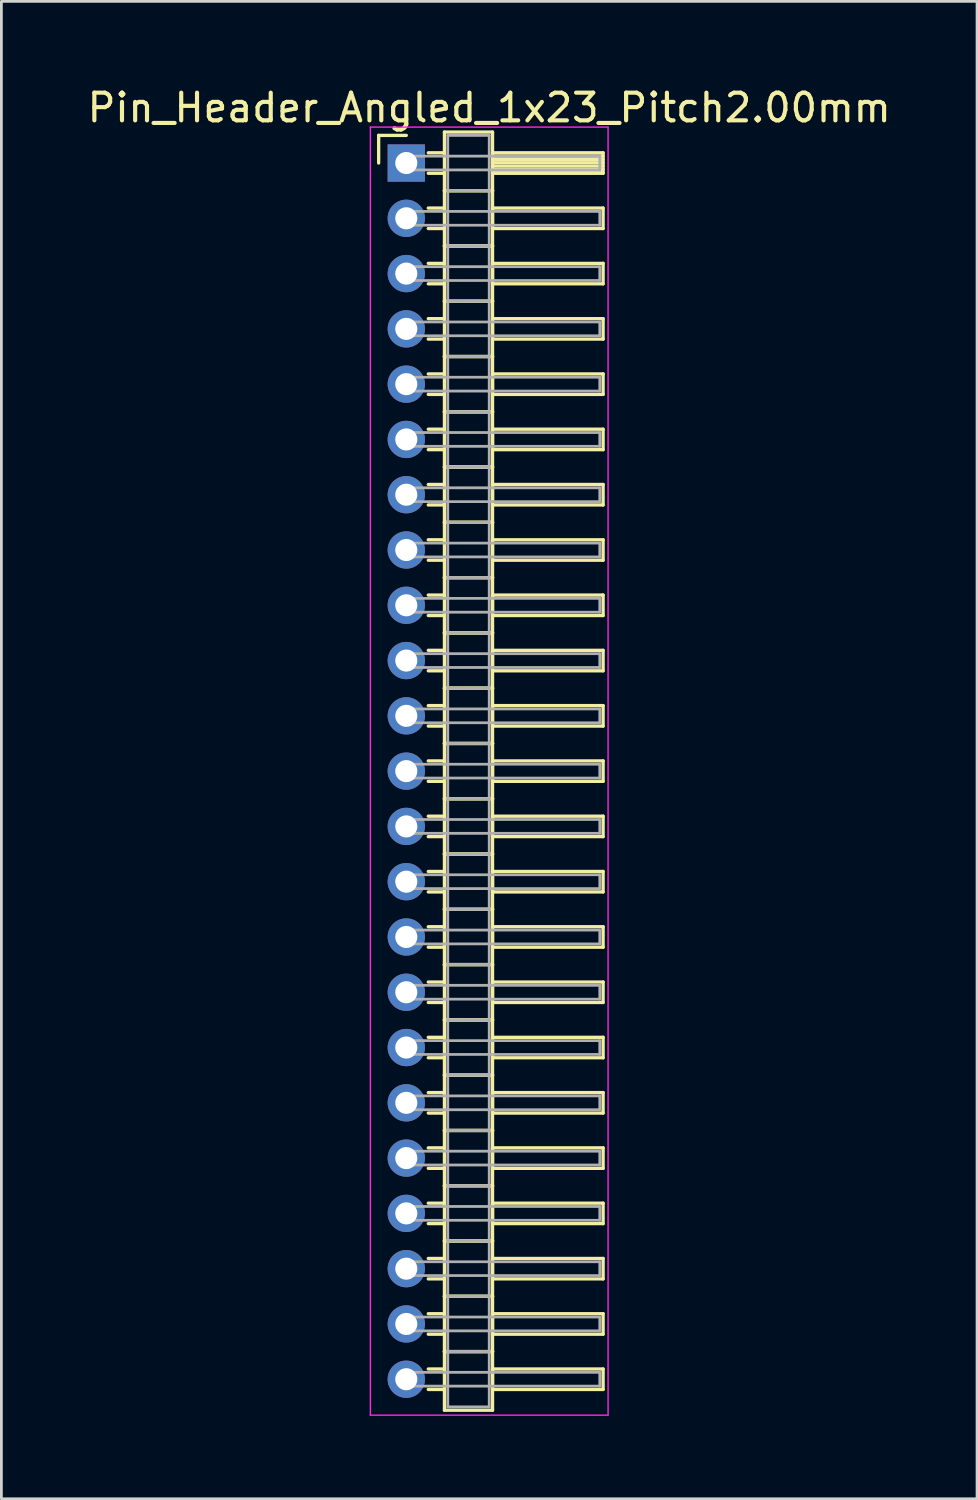
<source format=kicad_pcb>
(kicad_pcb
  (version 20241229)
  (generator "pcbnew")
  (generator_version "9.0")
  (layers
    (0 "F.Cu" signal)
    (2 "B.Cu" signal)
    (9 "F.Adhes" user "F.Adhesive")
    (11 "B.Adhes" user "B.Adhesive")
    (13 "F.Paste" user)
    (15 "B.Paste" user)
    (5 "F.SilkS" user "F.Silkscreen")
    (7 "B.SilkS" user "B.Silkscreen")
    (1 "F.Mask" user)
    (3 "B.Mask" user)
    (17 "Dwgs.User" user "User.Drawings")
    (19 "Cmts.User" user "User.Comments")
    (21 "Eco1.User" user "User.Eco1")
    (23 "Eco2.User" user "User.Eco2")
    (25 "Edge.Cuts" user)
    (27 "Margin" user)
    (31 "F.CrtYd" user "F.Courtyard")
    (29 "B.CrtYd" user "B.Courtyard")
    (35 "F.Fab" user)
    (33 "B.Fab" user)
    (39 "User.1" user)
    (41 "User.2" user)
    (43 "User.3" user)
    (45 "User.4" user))
  (footprint "Pin_Header_Angled_1x23_Pitch2.00mm"
    (layer "F.Cu")
    (at 11.649 2.848)
    (property "Reference" "Pin_Header_Angled_1x23_Pitch2.00mm" (at 3 -2 0) (layer "F.SilkS") (effects (font (size 1 1) (thickness 0.15))))
    (attr through_hole)
    (fp_line (start -1 -1) (end 0 -1) (stroke (width 0.12) (type solid)) (layer "F.SilkS"))
    (fp_line (start -1 0) (end -1 -1) (stroke (width 0.12) (type solid)) (layer "F.SilkS"))
    (fp_line (start 0.795 -0.37) (end 1.38 -0.37) (stroke (width 0.12) (type solid)) (layer "F.SilkS"))
    (fp_line (start 0.795 0.37) (end 1.38 0.37) (stroke (width 0.12) (type solid)) (layer "F.SilkS"))
    (fp_line (start 0.795 1.63) (end 1.38 1.63) (stroke (width 0.12) (type solid)) (layer "F.SilkS"))
    (fp_line (start 0.795 2.37) (end 1.38 2.37) (stroke (width 0.12) (type solid)) (layer "F.SilkS"))
    (fp_line (start 0.795 3.63) (end 1.38 3.63) (stroke (width 0.12) (type solid)) (layer "F.SilkS"))
    (fp_line (start 0.795 4.37) (end 1.38 4.37) (stroke (width 0.12) (type solid)) (layer "F.SilkS"))
    (fp_line (start 0.795 5.63) (end 1.38 5.63) (stroke (width 0.12) (type solid)) (layer "F.SilkS"))
    (fp_line (start 0.795 6.37) (end 1.38 6.37) (stroke (width 0.12) (type solid)) (layer "F.SilkS"))
    (fp_line (start 0.795 7.63) (end 1.38 7.63) (stroke (width 0.12) (type solid)) (layer "F.SilkS"))
    (fp_line (start 0.795 8.37) (end 1.38 8.37) (stroke (width 0.12) (type solid)) (layer "F.SilkS"))
    (fp_line (start 0.795 9.63) (end 1.38 9.63) (stroke (width 0.12) (type solid)) (layer "F.SilkS"))
    (fp_line (start 0.795 10.37) (end 1.38 10.37) (stroke (width 0.12) (type solid)) (layer "F.SilkS"))
    (fp_line (start 0.795 11.63) (end 1.38 11.63) (stroke (width 0.12) (type solid)) (layer "F.SilkS"))
    (fp_line (start 0.795 12.37) (end 1.38 12.37) (stroke (width 0.12) (type solid)) (layer "F.SilkS"))
    (fp_line (start 0.795 13.63) (end 1.38 13.63) (stroke (width 0.12) (type solid)) (layer "F.SilkS"))
    (fp_line (start 0.795 14.37) (end 1.38 14.37) (stroke (width 0.12) (type solid)) (layer "F.SilkS"))
    (fp_line (start 0.795 15.63) (end 1.38 15.63) (stroke (width 0.12) (type solid)) (layer "F.SilkS"))
    (fp_line (start 0.795 16.37) (end 1.38 16.37) (stroke (width 0.12) (type solid)) (layer "F.SilkS"))
    (fp_line (start 0.795 17.63) (end 1.38 17.63) (stroke (width 0.12) (type solid)) (layer "F.SilkS"))
    (fp_line (start 0.795 18.37) (end 1.38 18.37) (stroke (width 0.12) (type solid)) (layer "F.SilkS"))
    (fp_line (start 0.795 19.63) (end 1.38 19.63) (stroke (width 0.12) (type solid)) (layer "F.SilkS"))
    (fp_line (start 0.795 20.37) (end 1.38 20.37) (stroke (width 0.12) (type solid)) (layer "F.SilkS"))
    (fp_line (start 0.795 21.63) (end 1.38 21.63) (stroke (width 0.12) (type solid)) (layer "F.SilkS"))
    (fp_line (start 0.795 22.37) (end 1.38 22.37) (stroke (width 0.12) (type solid)) (layer "F.SilkS"))
    (fp_line (start 0.795 23.63) (end 1.38 23.63) (stroke (width 0.12) (type solid)) (layer "F.SilkS"))
    (fp_line (start 0.795 24.37) (end 1.38 24.37) (stroke (width 0.12) (type solid)) (layer "F.SilkS"))
    (fp_line (start 0.795 25.63) (end 1.38 25.63) (stroke (width 0.12) (type solid)) (layer "F.SilkS"))
    (fp_line (start 0.795 26.37) (end 1.38 26.37) (stroke (width 0.12) (type solid)) (layer "F.SilkS"))
    (fp_line (start 0.795 27.63) (end 1.38 27.63) (stroke (width 0.12) (type solid)) (layer "F.SilkS"))
    (fp_line (start 0.795 28.37) (end 1.38 28.37) (stroke (width 0.12) (type solid)) (layer "F.SilkS"))
    (fp_line (start 0.795 29.63) (end 1.38 29.63) (stroke (width 0.12) (type solid)) (layer "F.SilkS"))
    (fp_line (start 0.795 30.37) (end 1.38 30.37) (stroke (width 0.12) (type solid)) (layer "F.SilkS"))
    (fp_line (start 0.795 31.63) (end 1.38 31.63) (stroke (width 0.12) (type solid)) (layer "F.SilkS"))
    (fp_line (start 0.795 32.37) (end 1.38 32.37) (stroke (width 0.12) (type solid)) (layer "F.SilkS"))
    (fp_line (start 0.795 33.63) (end 1.38 33.63) (stroke (width 0.12) (type solid)) (layer "F.SilkS"))
    (fp_line (start 0.795 34.37) (end 1.38 34.37) (stroke (width 0.12) (type solid)) (layer "F.SilkS"))
    (fp_line (start 0.795 35.63) (end 1.38 35.63) (stroke (width 0.12) (type solid)) (layer "F.SilkS"))
    (fp_line (start 0.795 36.37) (end 1.38 36.37) (stroke (width 0.12) (type solid)) (layer "F.SilkS"))
    (fp_line (start 0.795 37.63) (end 1.38 37.63) (stroke (width 0.12) (type solid)) (layer "F.SilkS"))
    (fp_line (start 0.795 38.37) (end 1.38 38.37) (stroke (width 0.12) (type solid)) (layer "F.SilkS"))
    (fp_line (start 0.795 39.63) (end 1.38 39.63) (stroke (width 0.12) (type solid)) (layer "F.SilkS"))
    (fp_line (start 0.795 40.37) (end 1.38 40.37) (stroke (width 0.12) (type solid)) (layer "F.SilkS"))
    (fp_line (start 0.795 41.63) (end 1.38 41.63) (stroke (width 0.12) (type solid)) (layer "F.SilkS"))
    (fp_line (start 0.795 42.37) (end 1.38 42.37) (stroke (width 0.12) (type solid)) (layer "F.SilkS"))
    (fp_line (start 0.795 43.63) (end 1.38 43.63) (stroke (width 0.12) (type solid)) (layer "F.SilkS"))
    (fp_line (start 0.795 44.37) (end 1.38 44.37) (stroke (width 0.12) (type solid)) (layer "F.SilkS"))
    (fp_line (start 1.38 -1.12) (end 1.38 1) (stroke (width 0.12) (type solid)) (layer "F.SilkS"))
    (fp_line (start 1.38 1) (end 1.38 3) (stroke (width 0.12) (type solid)) (layer "F.SilkS"))
    (fp_line (start 1.38 1) (end 3.12 1) (stroke (width 0.12) (type solid)) (layer "F.SilkS"))
    (fp_line (start 1.38 3) (end 1.38 5) (stroke (width 0.12) (type solid)) (layer "F.SilkS"))
    (fp_line (start 1.38 3) (end 3.12 3) (stroke (width 0.12) (type solid)) (layer "F.SilkS"))
    (fp_line (start 1.38 5) (end 1.38 7) (stroke (width 0.12) (type solid)) (layer "F.SilkS"))
    (fp_line (start 1.38 5) (end 3.12 5) (stroke (width 0.12) (type solid)) (layer "F.SilkS"))
    (fp_line (start 1.38 7) (end 1.38 9) (stroke (width 0.12) (type solid)) (layer "F.SilkS"))
    (fp_line (start 1.38 7) (end 3.12 7) (stroke (width 0.12) (type solid)) (layer "F.SilkS"))
    (fp_line (start 1.38 9) (end 1.38 11) (stroke (width 0.12) (type solid)) (layer "F.SilkS"))
    (fp_line (start 1.38 9) (end 3.12 9) (stroke (width 0.12) (type solid)) (layer "F.SilkS"))
    (fp_line (start 1.38 11) (end 1.38 13) (stroke (width 0.12) (type solid)) (layer "F.SilkS"))
    (fp_line (start 1.38 11) (end 3.12 11) (stroke (width 0.12) (type solid)) (layer "F.SilkS"))
    (fp_line (start 1.38 13) (end 1.38 15) (stroke (width 0.12) (type solid)) (layer "F.SilkS"))
    (fp_line (start 1.38 13) (end 3.12 13) (stroke (width 0.12) (type solid)) (layer "F.SilkS"))
    (fp_line (start 1.38 15) (end 1.38 17) (stroke (width 0.12) (type solid)) (layer "F.SilkS"))
    (fp_line (start 1.38 15) (end 3.12 15) (stroke (width 0.12) (type solid)) (layer "F.SilkS"))
    (fp_line (start 1.38 17) (end 1.38 19) (stroke (width 0.12) (type solid)) (layer "F.SilkS"))
    (fp_line (start 1.38 17) (end 3.12 17) (stroke (width 0.12) (type solid)) (layer "F.SilkS"))
    (fp_line (start 1.38 19) (end 1.38 21) (stroke (width 0.12) (type solid)) (layer "F.SilkS"))
    (fp_line (start 1.38 19) (end 3.12 19) (stroke (width 0.12) (type solid)) (layer "F.SilkS"))
    (fp_line (start 1.38 21) (end 1.38 23) (stroke (width 0.12) (type solid)) (layer "F.SilkS"))
    (fp_line (start 1.38 21) (end 3.12 21) (stroke (width 0.12) (type solid)) (layer "F.SilkS"))
    (fp_line (start 1.38 23) (end 1.38 25) (stroke (width 0.12) (type solid)) (layer "F.SilkS"))
    (fp_line (start 1.38 23) (end 3.12 23) (stroke (width 0.12) (type solid)) (layer "F.SilkS"))
    (fp_line (start 1.38 25) (end 1.38 27) (stroke (width 0.12) (type solid)) (layer "F.SilkS"))
    (fp_line (start 1.38 25) (end 3.12 25) (stroke (width 0.12) (type solid)) (layer "F.SilkS"))
    (fp_line (start 1.38 27) (end 1.38 29) (stroke (width 0.12) (type solid)) (layer "F.SilkS"))
    (fp_line (start 1.38 27) (end 3.12 27) (stroke (width 0.12) (type solid)) (layer "F.SilkS"))
    (fp_line (start 1.38 29) (end 1.38 31) (stroke (width 0.12) (type solid)) (layer "F.SilkS"))
    (fp_line (start 1.38 29) (end 3.12 29) (stroke (width 0.12) (type solid)) (layer "F.SilkS"))
    (fp_line (start 1.38 31) (end 1.38 33) (stroke (width 0.12) (type solid)) (layer "F.SilkS"))
    (fp_line (start 1.38 31) (end 3.12 31) (stroke (width 0.12) (type solid)) (layer "F.SilkS"))
    (fp_line (start 1.38 33) (end 1.38 35) (stroke (width 0.12) (type solid)) (layer "F.SilkS"))
    (fp_line (start 1.38 33) (end 3.12 33) (stroke (width 0.12) (type solid)) (layer "F.SilkS"))
    (fp_line (start 1.38 35) (end 1.38 37) (stroke (width 0.12) (type solid)) (layer "F.SilkS"))
    (fp_line (start 1.38 35) (end 3.12 35) (stroke (width 0.12) (type solid)) (layer "F.SilkS"))
    (fp_line (start 1.38 37) (end 1.38 39) (stroke (width 0.12) (type solid)) (layer "F.SilkS"))
    (fp_line (start 1.38 37) (end 3.12 37) (stroke (width 0.12) (type solid)) (layer "F.SilkS"))
    (fp_line (start 1.38 39) (end 1.38 41) (stroke (width 0.12) (type solid)) (layer "F.SilkS"))
    (fp_line (start 1.38 39) (end 3.12 39) (stroke (width 0.12) (type solid)) (layer "F.SilkS"))
    (fp_line (start 1.38 41) (end 1.38 43) (stroke (width 0.12) (type solid)) (layer "F.SilkS"))
    (fp_line (start 1.38 41) (end 3.12 41) (stroke (width 0.12) (type solid)) (layer "F.SilkS"))
    (fp_line (start 1.38 43) (end 1.38 45.12) (stroke (width 0.12) (type solid)) (layer "F.SilkS"))
    (fp_line (start 1.38 43) (end 3.12 43) (stroke (width 0.12) (type solid)) (layer "F.SilkS"))
    (fp_line (start 1.38 45.12) (end 3.12 45.12) (stroke (width 0.12) (type solid)) (layer "F.SilkS"))
    (fp_line (start 3.12 -1.12) (end 1.38 -1.12) (stroke (width 0.12) (type solid)) (layer "F.SilkS"))
    (fp_line (start 3.12 -0.37) (end 3.12 0.37) (stroke (width 0.12) (type solid)) (layer "F.SilkS"))
    (fp_line (start 3.12 -0.25) (end 7.12 -0.25) (stroke (width 0.12) (type solid)) (layer "F.SilkS"))
    (fp_line (start 3.12 -0.13) (end 7.12 -0.13) (stroke (width 0.12) (type solid)) (layer "F.SilkS"))
    (fp_line (start 3.12 -0.01) (end 7.12 -0.01) (stroke (width 0.12) (type solid)) (layer "F.SilkS"))
    (fp_line (start 3.12 0.11) (end 7.12 0.11) (stroke (width 0.12) (type solid)) (layer "F.SilkS"))
    (fp_line (start 3.12 0.23) (end 7.12 0.23) (stroke (width 0.12) (type solid)) (layer "F.SilkS"))
    (fp_line (start 3.12 0.35) (end 7.12 0.35) (stroke (width 0.12) (type solid)) (layer "F.SilkS"))
    (fp_line (start 3.12 0.37) (end 7.12 0.37) (stroke (width 0.12) (type solid)) (layer "F.SilkS"))
    (fp_line (start 3.12 1) (end 1.38 1) (stroke (width 0.12) (type solid)) (layer "F.SilkS"))
    (fp_line (start 3.12 1) (end 3.12 -1.12) (stroke (width 0.12) (type solid)) (layer "F.SilkS"))
    (fp_line (start 3.12 1.63) (end 3.12 2.37) (stroke (width 0.12) (type solid)) (layer "F.SilkS"))
    (fp_line (start 3.12 2.37) (end 7.12 2.37) (stroke (width 0.12) (type solid)) (layer "F.SilkS"))
    (fp_line (start 3.12 3) (end 1.38 3) (stroke (width 0.12) (type solid)) (layer "F.SilkS"))
    (fp_line (start 3.12 3) (end 3.12 1) (stroke (width 0.12) (type solid)) (layer "F.SilkS"))
    (fp_line (start 3.12 3.63) (end 3.12 4.37) (stroke (width 0.12) (type solid)) (layer "F.SilkS"))
    (fp_line (start 3.12 4.37) (end 7.12 4.37) (stroke (width 0.12) (type solid)) (layer "F.SilkS"))
    (fp_line (start 3.12 5) (end 1.38 5) (stroke (width 0.12) (type solid)) (layer "F.SilkS"))
    (fp_line (start 3.12 5) (end 3.12 3) (stroke (width 0.12) (type solid)) (layer "F.SilkS"))
    (fp_line (start 3.12 5.63) (end 3.12 6.37) (stroke (width 0.12) (type solid)) (layer "F.SilkS"))
    (fp_line (start 3.12 6.37) (end 7.12 6.37) (stroke (width 0.12) (type solid)) (layer "F.SilkS"))
    (fp_line (start 3.12 7) (end 1.38 7) (stroke (width 0.12) (type solid)) (layer "F.SilkS"))
    (fp_line (start 3.12 7) (end 3.12 5) (stroke (width 0.12) (type solid)) (layer "F.SilkS"))
    (fp_line (start 3.12 7.63) (end 3.12 8.37) (stroke (width 0.12) (type solid)) (layer "F.SilkS"))
    (fp_line (start 3.12 8.37) (end 7.12 8.37) (stroke (width 0.12) (type solid)) (layer "F.SilkS"))
    (fp_line (start 3.12 9) (end 1.38 9) (stroke (width 0.12) (type solid)) (layer "F.SilkS"))
    (fp_line (start 3.12 9) (end 3.12 7) (stroke (width 0.12) (type solid)) (layer "F.SilkS"))
    (fp_line (start 3.12 9.63) (end 3.12 10.37) (stroke (width 0.12) (type solid)) (layer "F.SilkS"))
    (fp_line (start 3.12 10.37) (end 7.12 10.37) (stroke (width 0.12) (type solid)) (layer "F.SilkS"))
    (fp_line (start 3.12 11) (end 1.38 11) (stroke (width 0.12) (type solid)) (layer "F.SilkS"))
    (fp_line (start 3.12 11) (end 3.12 9) (stroke (width 0.12) (type solid)) (layer "F.SilkS"))
    (fp_line (start 3.12 11.63) (end 3.12 12.37) (stroke (width 0.12) (type solid)) (layer "F.SilkS"))
    (fp_line (start 3.12 12.37) (end 7.12 12.37) (stroke (width 0.12) (type solid)) (layer "F.SilkS"))
    (fp_line (start 3.12 13) (end 1.38 13) (stroke (width 0.12) (type solid)) (layer "F.SilkS"))
    (fp_line (start 3.12 13) (end 3.12 11) (stroke (width 0.12) (type solid)) (layer "F.SilkS"))
    (fp_line (start 3.12 13.63) (end 3.12 14.37) (stroke (width 0.12) (type solid)) (layer "F.SilkS"))
    (fp_line (start 3.12 14.37) (end 7.12 14.37) (stroke (width 0.12) (type solid)) (layer "F.SilkS"))
    (fp_line (start 3.12 15) (end 1.38 15) (stroke (width 0.12) (type solid)) (layer "F.SilkS"))
    (fp_line (start 3.12 15) (end 3.12 13) (stroke (width 0.12) (type solid)) (layer "F.SilkS"))
    (fp_line (start 3.12 15.63) (end 3.12 16.37) (stroke (width 0.12) (type solid)) (layer "F.SilkS"))
    (fp_line (start 3.12 16.37) (end 7.12 16.37) (stroke (width 0.12) (type solid)) (layer "F.SilkS"))
    (fp_line (start 3.12 17) (end 1.38 17) (stroke (width 0.12) (type solid)) (layer "F.SilkS"))
    (fp_line (start 3.12 17) (end 3.12 15) (stroke (width 0.12) (type solid)) (layer "F.SilkS"))
    (fp_line (start 3.12 17.63) (end 3.12 18.37) (stroke (width 0.12) (type solid)) (layer "F.SilkS"))
    (fp_line (start 3.12 18.37) (end 7.12 18.37) (stroke (width 0.12) (type solid)) (layer "F.SilkS"))
    (fp_line (start 3.12 19) (end 1.38 19) (stroke (width 0.12) (type solid)) (layer "F.SilkS"))
    (fp_line (start 3.12 19) (end 3.12 17) (stroke (width 0.12) (type solid)) (layer "F.SilkS"))
    (fp_line (start 3.12 19.63) (end 3.12 20.37) (stroke (width 0.12) (type solid)) (layer "F.SilkS"))
    (fp_line (start 3.12 20.37) (end 7.12 20.37) (stroke (width 0.12) (type solid)) (layer "F.SilkS"))
    (fp_line (start 3.12 21) (end 1.38 21) (stroke (width 0.12) (type solid)) (layer "F.SilkS"))
    (fp_line (start 3.12 21) (end 3.12 19) (stroke (width 0.12) (type solid)) (layer "F.SilkS"))
    (fp_line (start 3.12 21.63) (end 3.12 22.37) (stroke (width 0.12) (type solid)) (layer "F.SilkS"))
    (fp_line (start 3.12 22.37) (end 7.12 22.37) (stroke (width 0.12) (type solid)) (layer "F.SilkS"))
    (fp_line (start 3.12 23) (end 1.38 23) (stroke (width 0.12) (type solid)) (layer "F.SilkS"))
    (fp_line (start 3.12 23) (end 3.12 21) (stroke (width 0.12) (type solid)) (layer "F.SilkS"))
    (fp_line (start 3.12 23.63) (end 3.12 24.37) (stroke (width 0.12) (type solid)) (layer "F.SilkS"))
    (fp_line (start 3.12 24.37) (end 7.12 24.37) (stroke (width 0.12) (type solid)) (layer "F.SilkS"))
    (fp_line (start 3.12 25) (end 1.38 25) (stroke (width 0.12) (type solid)) (layer "F.SilkS"))
    (fp_line (start 3.12 25) (end 3.12 23) (stroke (width 0.12) (type solid)) (layer "F.SilkS"))
    (fp_line (start 3.12 25.63) (end 3.12 26.37) (stroke (width 0.12) (type solid)) (layer "F.SilkS"))
    (fp_line (start 3.12 26.37) (end 7.12 26.37) (stroke (width 0.12) (type solid)) (layer "F.SilkS"))
    (fp_line (start 3.12 27) (end 1.38 27) (stroke (width 0.12) (type solid)) (layer "F.SilkS"))
    (fp_line (start 3.12 27) (end 3.12 25) (stroke (width 0.12) (type solid)) (layer "F.SilkS"))
    (fp_line (start 3.12 27.63) (end 3.12 28.37) (stroke (width 0.12) (type solid)) (layer "F.SilkS"))
    (fp_line (start 3.12 28.37) (end 7.12 28.37) (stroke (width 0.12) (type solid)) (layer "F.SilkS"))
    (fp_line (start 3.12 29) (end 1.38 29) (stroke (width 0.12) (type solid)) (layer "F.SilkS"))
    (fp_line (start 3.12 29) (end 3.12 27) (stroke (width 0.12) (type solid)) (layer "F.SilkS"))
    (fp_line (start 3.12 29.63) (end 3.12 30.37) (stroke (width 0.12) (type solid)) (layer "F.SilkS"))
    (fp_line (start 3.12 30.37) (end 7.12 30.37) (stroke (width 0.12) (type solid)) (layer "F.SilkS"))
    (fp_line (start 3.12 31) (end 1.38 31) (stroke (width 0.12) (type solid)) (layer "F.SilkS"))
    (fp_line (start 3.12 31) (end 3.12 29) (stroke (width 0.12) (type solid)) (layer "F.SilkS"))
    (fp_line (start 3.12 31.63) (end 3.12 32.37) (stroke (width 0.12) (type solid)) (layer "F.SilkS"))
    (fp_line (start 3.12 32.37) (end 7.12 32.37) (stroke (width 0.12) (type solid)) (layer "F.SilkS"))
    (fp_line (start 3.12 33) (end 1.38 33) (stroke (width 0.12) (type solid)) (layer "F.SilkS"))
    (fp_line (start 3.12 33) (end 3.12 31) (stroke (width 0.12) (type solid)) (layer "F.SilkS"))
    (fp_line (start 3.12 33.63) (end 3.12 34.37) (stroke (width 0.12) (type solid)) (layer "F.SilkS"))
    (fp_line (start 3.12 34.37) (end 7.12 34.37) (stroke (width 0.12) (type solid)) (layer "F.SilkS"))
    (fp_line (start 3.12 35) (end 1.38 35) (stroke (width 0.12) (type solid)) (layer "F.SilkS"))
    (fp_line (start 3.12 35) (end 3.12 33) (stroke (width 0.12) (type solid)) (layer "F.SilkS"))
    (fp_line (start 3.12 35.63) (end 3.12 36.37) (stroke (width 0.12) (type solid)) (layer "F.SilkS"))
    (fp_line (start 3.12 36.37) (end 7.12 36.37) (stroke (width 0.12) (type solid)) (layer "F.SilkS"))
    (fp_line (start 3.12 37) (end 1.38 37) (stroke (width 0.12) (type solid)) (layer "F.SilkS"))
    (fp_line (start 3.12 37) (end 3.12 35) (stroke (width 0.12) (type solid)) (layer "F.SilkS"))
    (fp_line (start 3.12 37.63) (end 3.12 38.37) (stroke (width 0.12) (type solid)) (layer "F.SilkS"))
    (fp_line (start 3.12 38.37) (end 7.12 38.37) (stroke (width 0.12) (type solid)) (layer "F.SilkS"))
    (fp_line (start 3.12 39) (end 1.38 39) (stroke (width 0.12) (type solid)) (layer "F.SilkS"))
    (fp_line (start 3.12 39) (end 3.12 37) (stroke (width 0.12) (type solid)) (layer "F.SilkS"))
    (fp_line (start 3.12 39.63) (end 3.12 40.37) (stroke (width 0.12) (type solid)) (layer "F.SilkS"))
    (fp_line (start 3.12 40.37) (end 7.12 40.37) (stroke (width 0.12) (type solid)) (layer "F.SilkS"))
    (fp_line (start 3.12 41) (end 1.38 41) (stroke (width 0.12) (type solid)) (layer "F.SilkS"))
    (fp_line (start 3.12 41) (end 3.12 39) (stroke (width 0.12) (type solid)) (layer "F.SilkS"))
    (fp_line (start 3.12 41.63) (end 3.12 42.37) (stroke (width 0.12) (type solid)) (layer "F.SilkS"))
    (fp_line (start 3.12 42.37) (end 7.12 42.37) (stroke (width 0.12) (type solid)) (layer "F.SilkS"))
    (fp_line (start 3.12 43) (end 1.38 43) (stroke (width 0.12) (type solid)) (layer "F.SilkS"))
    (fp_line (start 3.12 43) (end 3.12 41) (stroke (width 0.12) (type solid)) (layer "F.SilkS"))
    (fp_line (start 3.12 43.63) (end 3.12 44.37) (stroke (width 0.12) (type solid)) (layer "F.SilkS"))
    (fp_line (start 3.12 44.37) (end 7.12 44.37) (stroke (width 0.12) (type solid)) (layer "F.SilkS"))
    (fp_line (start 3.12 45.12) (end 3.12 43) (stroke (width 0.12) (type solid)) (layer "F.SilkS"))
    (fp_line (start 7.12 -0.37) (end 3.12 -0.37) (stroke (width 0.12) (type solid)) (layer "F.SilkS"))
    (fp_line (start 7.12 0.37) (end 7.12 -0.37) (stroke (width 0.12) (type solid)) (layer "F.SilkS"))
    (fp_line (start 7.12 1.63) (end 3.12 1.63) (stroke (width 0.12) (type solid)) (layer "F.SilkS"))
    (fp_line (start 7.12 2.37) (end 7.12 1.63) (stroke (width 0.12) (type solid)) (layer "F.SilkS"))
    (fp_line (start 7.12 3.63) (end 3.12 3.63) (stroke (width 0.12) (type solid)) (layer "F.SilkS"))
    (fp_line (start 7.12 4.37) (end 7.12 3.63) (stroke (width 0.12) (type solid)) (layer "F.SilkS"))
    (fp_line (start 7.12 5.63) (end 3.12 5.63) (stroke (width 0.12) (type solid)) (layer "F.SilkS"))
    (fp_line (start 7.12 6.37) (end 7.12 5.63) (stroke (width 0.12) (type solid)) (layer "F.SilkS"))
    (fp_line (start 7.12 7.63) (end 3.12 7.63) (stroke (width 0.12) (type solid)) (layer "F.SilkS"))
    (fp_line (start 7.12 8.37) (end 7.12 7.63) (stroke (width 0.12) (type solid)) (layer "F.SilkS"))
    (fp_line (start 7.12 9.63) (end 3.12 9.63) (stroke (width 0.12) (type solid)) (layer "F.SilkS"))
    (fp_line (start 7.12 10.37) (end 7.12 9.63) (stroke (width 0.12) (type solid)) (layer "F.SilkS"))
    (fp_line (start 7.12 11.63) (end 3.12 11.63) (stroke (width 0.12) (type solid)) (layer "F.SilkS"))
    (fp_line (start 7.12 12.37) (end 7.12 11.63) (stroke (width 0.12) (type solid)) (layer "F.SilkS"))
    (fp_line (start 7.12 13.63) (end 3.12 13.63) (stroke (width 0.12) (type solid)) (layer "F.SilkS"))
    (fp_line (start 7.12 14.37) (end 7.12 13.63) (stroke (width 0.12) (type solid)) (layer "F.SilkS"))
    (fp_line (start 7.12 15.63) (end 3.12 15.63) (stroke (width 0.12) (type solid)) (layer "F.SilkS"))
    (fp_line (start 7.12 16.37) (end 7.12 15.63) (stroke (width 0.12) (type solid)) (layer "F.SilkS"))
    (fp_line (start 7.12 17.63) (end 3.12 17.63) (stroke (width 0.12) (type solid)) (layer "F.SilkS"))
    (fp_line (start 7.12 18.37) (end 7.12 17.63) (stroke (width 0.12) (type solid)) (layer "F.SilkS"))
    (fp_line (start 7.12 19.63) (end 3.12 19.63) (stroke (width 0.12) (type solid)) (layer "F.SilkS"))
    (fp_line (start 7.12 20.37) (end 7.12 19.63) (stroke (width 0.12) (type solid)) (layer "F.SilkS"))
    (fp_line (start 7.12 21.63) (end 3.12 21.63) (stroke (width 0.12) (type solid)) (layer "F.SilkS"))
    (fp_line (start 7.12 22.37) (end 7.12 21.63) (stroke (width 0.12) (type solid)) (layer "F.SilkS"))
    (fp_line (start 7.12 23.63) (end 3.12 23.63) (stroke (width 0.12) (type solid)) (layer "F.SilkS"))
    (fp_line (start 7.12 24.37) (end 7.12 23.63) (stroke (width 0.12) (type solid)) (layer "F.SilkS"))
    (fp_line (start 7.12 25.63) (end 3.12 25.63) (stroke (width 0.12) (type solid)) (layer "F.SilkS"))
    (fp_line (start 7.12 26.37) (end 7.12 25.63) (stroke (width 0.12) (type solid)) (layer "F.SilkS"))
    (fp_line (start 7.12 27.63) (end 3.12 27.63) (stroke (width 0.12) (type solid)) (layer "F.SilkS"))
    (fp_line (start 7.12 28.37) (end 7.12 27.63) (stroke (width 0.12) (type solid)) (layer "F.SilkS"))
    (fp_line (start 7.12 29.63) (end 3.12 29.63) (stroke (width 0.12) (type solid)) (layer "F.SilkS"))
    (fp_line (start 7.12 30.37) (end 7.12 29.63) (stroke (width 0.12) (type solid)) (layer "F.SilkS"))
    (fp_line (start 7.12 31.63) (end 3.12 31.63) (stroke (width 0.12) (type solid)) (layer "F.SilkS"))
    (fp_line (start 7.12 32.37) (end 7.12 31.63) (stroke (width 0.12) (type solid)) (layer "F.SilkS"))
    (fp_line (start 7.12 33.63) (end 3.12 33.63) (stroke (width 0.12) (type solid)) (layer "F.SilkS"))
    (fp_line (start 7.12 34.37) (end 7.12 33.63) (stroke (width 0.12) (type solid)) (layer "F.SilkS"))
    (fp_line (start 7.12 35.63) (end 3.12 35.63) (stroke (width 0.12) (type solid)) (layer "F.SilkS"))
    (fp_line (start 7.12 36.37) (end 7.12 35.63) (stroke (width 0.12) (type solid)) (layer "F.SilkS"))
    (fp_line (start 7.12 37.63) (end 3.12 37.63) (stroke (width 0.12) (type solid)) (layer "F.SilkS"))
    (fp_line (start 7.12 38.37) (end 7.12 37.63) (stroke (width 0.12) (type solid)) (layer "F.SilkS"))
    (fp_line (start 7.12 39.63) (end 3.12 39.63) (stroke (width 0.12) (type solid)) (layer "F.SilkS"))
    (fp_line (start 7.12 40.37) (end 7.12 39.63) (stroke (width 0.12) (type solid)) (layer "F.SilkS"))
    (fp_line (start 7.12 41.63) (end 3.12 41.63) (stroke (width 0.12) (type solid)) (layer "F.SilkS"))
    (fp_line (start 7.12 42.37) (end 7.12 41.63) (stroke (width 0.12) (type solid)) (layer "F.SilkS"))
    (fp_line (start 7.12 43.63) (end 3.12 43.63) (stroke (width 0.12) (type solid)) (layer "F.SilkS"))
    (fp_line (start 7.12 44.37) (end 7.12 43.63) (stroke (width 0.12) (type solid)) (layer "F.SilkS"))
    (fp_line (start -1.3 -1.3) (end -1.3 45.3) (stroke (width 0.05) (type solid)) (layer "F.CrtYd"))
    (fp_line (start -1.3 45.3) (end 7.3 45.3) (stroke (width 0.05) (type solid)) (layer "F.CrtYd"))
    (fp_line (start 7.3 -1.3) (end -1.3 -1.3) (stroke (width 0.05) (type solid)) (layer "F.CrtYd"))
    (fp_line (start 7.3 45.3) (end 7.3 -1.3) (stroke (width 0.05) (type solid)) (layer "F.CrtYd"))
    (fp_line (start 0 -0.25) (end 0 0.25) (stroke (width 0.1) (type solid)) (layer "F.Fab"))
    (fp_line (start 0 0.25) (end 7 0.25) (stroke (width 0.1) (type solid)) (layer "F.Fab"))
    (fp_line (start 0 1.75) (end 0 2.25) (stroke (width 0.1) (type solid)) (layer "F.Fab"))
    (fp_line (start 0 2.25) (end 7 2.25) (stroke (width 0.1) (type solid)) (layer "F.Fab"))
    (fp_line (start 0 3.75) (end 0 4.25) (stroke (width 0.1) (type solid)) (layer "F.Fab"))
    (fp_line (start 0 4.25) (end 7 4.25) (stroke (width 0.1) (type solid)) (layer "F.Fab"))
    (fp_line (start 0 5.75) (end 0 6.25) (stroke (width 0.1) (type solid)) (layer "F.Fab"))
    (fp_line (start 0 6.25) (end 7 6.25) (stroke (width 0.1) (type solid)) (layer "F.Fab"))
    (fp_line (start 0 7.75) (end 0 8.25) (stroke (width 0.1) (type solid)) (layer "F.Fab"))
    (fp_line (start 0 8.25) (end 7 8.25) (stroke (width 0.1) (type solid)) (layer "F.Fab"))
    (fp_line (start 0 9.75) (end 0 10.25) (stroke (width 0.1) (type solid)) (layer "F.Fab"))
    (fp_line (start 0 10.25) (end 7 10.25) (stroke (width 0.1) (type solid)) (layer "F.Fab"))
    (fp_line (start 0 11.75) (end 0 12.25) (stroke (width 0.1) (type solid)) (layer "F.Fab"))
    (fp_line (start 0 12.25) (end 7 12.25) (stroke (width 0.1) (type solid)) (layer "F.Fab"))
    (fp_line (start 0 13.75) (end 0 14.25) (stroke (width 0.1) (type solid)) (layer "F.Fab"))
    (fp_line (start 0 14.25) (end 7 14.25) (stroke (width 0.1) (type solid)) (layer "F.Fab"))
    (fp_line (start 0 15.75) (end 0 16.25) (stroke (width 0.1) (type solid)) (layer "F.Fab"))
    (fp_line (start 0 16.25) (end 7 16.25) (stroke (width 0.1) (type solid)) (layer "F.Fab"))
    (fp_line (start 0 17.75) (end 0 18.25) (stroke (width 0.1) (type solid)) (layer "F.Fab"))
    (fp_line (start 0 18.25) (end 7 18.25) (stroke (width 0.1) (type solid)) (layer "F.Fab"))
    (fp_line (start 0 19.75) (end 0 20.25) (stroke (width 0.1) (type solid)) (layer "F.Fab"))
    (fp_line (start 0 20.25) (end 7 20.25) (stroke (width 0.1) (type solid)) (layer "F.Fab"))
    (fp_line (start 0 21.75) (end 0 22.25) (stroke (width 0.1) (type solid)) (layer "F.Fab"))
    (fp_line (start 0 22.25) (end 7 22.25) (stroke (width 0.1) (type solid)) (layer "F.Fab"))
    (fp_line (start 0 23.75) (end 0 24.25) (stroke (width 0.1) (type solid)) (layer "F.Fab"))
    (fp_line (start 0 24.25) (end 7 24.25) (stroke (width 0.1) (type solid)) (layer "F.Fab"))
    (fp_line (start 0 25.75) (end 0 26.25) (stroke (width 0.1) (type solid)) (layer "F.Fab"))
    (fp_line (start 0 26.25) (end 7 26.25) (stroke (width 0.1) (type solid)) (layer "F.Fab"))
    (fp_line (start 0 27.75) (end 0 28.25) (stroke (width 0.1) (type solid)) (layer "F.Fab"))
    (fp_line (start 0 28.25) (end 7 28.25) (stroke (width 0.1) (type solid)) (layer "F.Fab"))
    (fp_line (start 0 29.75) (end 0 30.25) (stroke (width 0.1) (type solid)) (layer "F.Fab"))
    (fp_line (start 0 30.25) (end 7 30.25) (stroke (width 0.1) (type solid)) (layer "F.Fab"))
    (fp_line (start 0 31.75) (end 0 32.25) (stroke (width 0.1) (type solid)) (layer "F.Fab"))
    (fp_line (start 0 32.25) (end 7 32.25) (stroke (width 0.1) (type solid)) (layer "F.Fab"))
    (fp_line (start 0 33.75) (end 0 34.25) (stroke (width 0.1) (type solid)) (layer "F.Fab"))
    (fp_line (start 0 34.25) (end 7 34.25) (stroke (width 0.1) (type solid)) (layer "F.Fab"))
    (fp_line (start 0 35.75) (end 0 36.25) (stroke (width 0.1) (type solid)) (layer "F.Fab"))
    (fp_line (start 0 36.25) (end 7 36.25) (stroke (width 0.1) (type solid)) (layer "F.Fab"))
    (fp_line (start 0 37.75) (end 0 38.25) (stroke (width 0.1) (type solid)) (layer "F.Fab"))
    (fp_line (start 0 38.25) (end 7 38.25) (stroke (width 0.1) (type solid)) (layer "F.Fab"))
    (fp_line (start 0 39.75) (end 0 40.25) (stroke (width 0.1) (type solid)) (layer "F.Fab"))
    (fp_line (start 0 40.25) (end 7 40.25) (stroke (width 0.1) (type solid)) (layer "F.Fab"))
    (fp_line (start 0 41.75) (end 0 42.25) (stroke (width 0.1) (type solid)) (layer "F.Fab"))
    (fp_line (start 0 42.25) (end 7 42.25) (stroke (width 0.1) (type solid)) (layer "F.Fab"))
    (fp_line (start 0 43.75) (end 0 44.25) (stroke (width 0.1) (type solid)) (layer "F.Fab"))
    (fp_line (start 0 44.25) (end 7 44.25) (stroke (width 0.1) (type solid)) (layer "F.Fab"))
    (fp_line (start 1.5 -1) (end 1.5 1) (stroke (width 0.1) (type solid)) (layer "F.Fab"))
    (fp_line (start 1.5 1) (end 1.5 3) (stroke (width 0.1) (type solid)) (layer "F.Fab"))
    (fp_line (start 1.5 1) (end 3 1) (stroke (width 0.1) (type solid)) (layer "F.Fab"))
    (fp_line (start 1.5 3) (end 1.5 5) (stroke (width 0.1) (type solid)) (layer "F.Fab"))
    (fp_line (start 1.5 3) (end 3 3) (stroke (width 0.1) (type solid)) (layer "F.Fab"))
    (fp_line (start 1.5 5) (end 1.5 7) (stroke (width 0.1) (type solid)) (layer "F.Fab"))
    (fp_line (start 1.5 5) (end 3 5) (stroke (width 0.1) (type solid)) (layer "F.Fab"))
    (fp_line (start 1.5 7) (end 1.5 9) (stroke (width 0.1) (type solid)) (layer "F.Fab"))
    (fp_line (start 1.5 7) (end 3 7) (stroke (width 0.1) (type solid)) (layer "F.Fab"))
    (fp_line (start 1.5 9) (end 1.5 11) (stroke (width 0.1) (type solid)) (layer "F.Fab"))
    (fp_line (start 1.5 9) (end 3 9) (stroke (width 0.1) (type solid)) (layer "F.Fab"))
    (fp_line (start 1.5 11) (end 1.5 13) (stroke (width 0.1) (type solid)) (layer "F.Fab"))
    (fp_line (start 1.5 11) (end 3 11) (stroke (width 0.1) (type solid)) (layer "F.Fab"))
    (fp_line (start 1.5 13) (end 1.5 15) (stroke (width 0.1) (type solid)) (layer "F.Fab"))
    (fp_line (start 1.5 13) (end 3 13) (stroke (width 0.1) (type solid)) (layer "F.Fab"))
    (fp_line (start 1.5 15) (end 1.5 17) (stroke (width 0.1) (type solid)) (layer "F.Fab"))
    (fp_line (start 1.5 15) (end 3 15) (stroke (width 0.1) (type solid)) (layer "F.Fab"))
    (fp_line (start 1.5 17) (end 1.5 19) (stroke (width 0.1) (type solid)) (layer "F.Fab"))
    (fp_line (start 1.5 17) (end 3 17) (stroke (width 0.1) (type solid)) (layer "F.Fab"))
    (fp_line (start 1.5 19) (end 1.5 21) (stroke (width 0.1) (type solid)) (layer "F.Fab"))
    (fp_line (start 1.5 19) (end 3 19) (stroke (width 0.1) (type solid)) (layer "F.Fab"))
    (fp_line (start 1.5 21) (end 1.5 23) (stroke (width 0.1) (type solid)) (layer "F.Fab"))
    (fp_line (start 1.5 21) (end 3 21) (stroke (width 0.1) (type solid)) (layer "F.Fab"))
    (fp_line (start 1.5 23) (end 1.5 25) (stroke (width 0.1) (type solid)) (layer "F.Fab"))
    (fp_line (start 1.5 23) (end 3 23) (stroke (width 0.1) (type solid)) (layer "F.Fab"))
    (fp_line (start 1.5 25) (end 1.5 27) (stroke (width 0.1) (type solid)) (layer "F.Fab"))
    (fp_line (start 1.5 25) (end 3 25) (stroke (width 0.1) (type solid)) (layer "F.Fab"))
    (fp_line (start 1.5 27) (end 1.5 29) (stroke (width 0.1) (type solid)) (layer "F.Fab"))
    (fp_line (start 1.5 27) (end 3 27) (stroke (width 0.1) (type solid)) (layer "F.Fab"))
    (fp_line (start 1.5 29) (end 1.5 31) (stroke (width 0.1) (type solid)) (layer "F.Fab"))
    (fp_line (start 1.5 29) (end 3 29) (stroke (width 0.1) (type solid)) (layer "F.Fab"))
    (fp_line (start 1.5 31) (end 1.5 33) (stroke (width 0.1) (type solid)) (layer "F.Fab"))
    (fp_line (start 1.5 31) (end 3 31) (stroke (width 0.1) (type solid)) (layer "F.Fab"))
    (fp_line (start 1.5 33) (end 1.5 35) (stroke (width 0.1) (type solid)) (layer "F.Fab"))
    (fp_line (start 1.5 33) (end 3 33) (stroke (width 0.1) (type solid)) (layer "F.Fab"))
    (fp_line (start 1.5 35) (end 1.5 37) (stroke (width 0.1) (type solid)) (layer "F.Fab"))
    (fp_line (start 1.5 35) (end 3 35) (stroke (width 0.1) (type solid)) (layer "F.Fab"))
    (fp_line (start 1.5 37) (end 1.5 39) (stroke (width 0.1) (type solid)) (layer "F.Fab"))
    (fp_line (start 1.5 37) (end 3 37) (stroke (width 0.1) (type solid)) (layer "F.Fab"))
    (fp_line (start 1.5 39) (end 1.5 41) (stroke (width 0.1) (type solid)) (layer "F.Fab"))
    (fp_line (start 1.5 39) (end 3 39) (stroke (width 0.1) (type solid)) (layer "F.Fab"))
    (fp_line (start 1.5 41) (end 1.5 43) (stroke (width 0.1) (type solid)) (layer "F.Fab"))
    (fp_line (start 1.5 41) (end 3 41) (stroke (width 0.1) (type solid)) (layer "F.Fab"))
    (fp_line (start 1.5 43) (end 1.5 45) (stroke (width 0.1) (type solid)) (layer "F.Fab"))
    (fp_line (start 1.5 43) (end 3 43) (stroke (width 0.1) (type solid)) (layer "F.Fab"))
    (fp_line (start 1.5 45) (end 3 45) (stroke (width 0.1) (type solid)) (layer "F.Fab"))
    (fp_line (start 3 -1) (end 1.5 -1) (stroke (width 0.1) (type solid)) (layer "F.Fab"))
    (fp_line (start 3 1) (end 1.5 1) (stroke (width 0.1) (type solid)) (layer "F.Fab"))
    (fp_line (start 3 1) (end 3 -1) (stroke (width 0.1) (type solid)) (layer "F.Fab"))
    (fp_line (start 3 3) (end 1.5 3) (stroke (width 0.1) (type solid)) (layer "F.Fab"))
    (fp_line (start 3 3) (end 3 1) (stroke (width 0.1) (type solid)) (layer "F.Fab"))
    (fp_line (start 3 5) (end 1.5 5) (stroke (width 0.1) (type solid)) (layer "F.Fab"))
    (fp_line (start 3 5) (end 3 3) (stroke (width 0.1) (type solid)) (layer "F.Fab"))
    (fp_line (start 3 7) (end 1.5 7) (stroke (width 0.1) (type solid)) (layer "F.Fab"))
    (fp_line (start 3 7) (end 3 5) (stroke (width 0.1) (type solid)) (layer "F.Fab"))
    (fp_line (start 3 9) (end 1.5 9) (stroke (width 0.1) (type solid)) (layer "F.Fab"))
    (fp_line (start 3 9) (end 3 7) (stroke (width 0.1) (type solid)) (layer "F.Fab"))
    (fp_line (start 3 11) (end 1.5 11) (stroke (width 0.1) (type solid)) (layer "F.Fab"))
    (fp_line (start 3 11) (end 3 9) (stroke (width 0.1) (type solid)) (layer "F.Fab"))
    (fp_line (start 3 13) (end 1.5 13) (stroke (width 0.1) (type solid)) (layer "F.Fab"))
    (fp_line (start 3 13) (end 3 11) (stroke (width 0.1) (type solid)) (layer "F.Fab"))
    (fp_line (start 3 15) (end 1.5 15) (stroke (width 0.1) (type solid)) (layer "F.Fab"))
    (fp_line (start 3 15) (end 3 13) (stroke (width 0.1) (type solid)) (layer "F.Fab"))
    (fp_line (start 3 17) (end 1.5 17) (stroke (width 0.1) (type solid)) (layer "F.Fab"))
    (fp_line (start 3 17) (end 3 15) (stroke (width 0.1) (type solid)) (layer "F.Fab"))
    (fp_line (start 3 19) (end 1.5 19) (stroke (width 0.1) (type solid)) (layer "F.Fab"))
    (fp_line (start 3 19) (end 3 17) (stroke (width 0.1) (type solid)) (layer "F.Fab"))
    (fp_line (start 3 21) (end 1.5 21) (stroke (width 0.1) (type solid)) (layer "F.Fab"))
    (fp_line (start 3 21) (end 3 19) (stroke (width 0.1) (type solid)) (layer "F.Fab"))
    (fp_line (start 3 23) (end 1.5 23) (stroke (width 0.1) (type solid)) (layer "F.Fab"))
    (fp_line (start 3 23) (end 3 21) (stroke (width 0.1) (type solid)) (layer "F.Fab"))
    (fp_line (start 3 25) (end 1.5 25) (stroke (width 0.1) (type solid)) (layer "F.Fab"))
    (fp_line (start 3 25) (end 3 23) (stroke (width 0.1) (type solid)) (layer "F.Fab"))
    (fp_line (start 3 27) (end 1.5 27) (stroke (width 0.1) (type solid)) (layer "F.Fab"))
    (fp_line (start 3 27) (end 3 25) (stroke (width 0.1) (type solid)) (layer "F.Fab"))
    (fp_line (start 3 29) (end 1.5 29) (stroke (width 0.1) (type solid)) (layer "F.Fab"))
    (fp_line (start 3 29) (end 3 27) (stroke (width 0.1) (type solid)) (layer "F.Fab"))
    (fp_line (start 3 31) (end 1.5 31) (stroke (width 0.1) (type solid)) (layer "F.Fab"))
    (fp_line (start 3 31) (end 3 29) (stroke (width 0.1) (type solid)) (layer "F.Fab"))
    (fp_line (start 3 33) (end 1.5 33) (stroke (width 0.1) (type solid)) (layer "F.Fab"))
    (fp_line (start 3 33) (end 3 31) (stroke (width 0.1) (type solid)) (layer "F.Fab"))
    (fp_line (start 3 35) (end 1.5 35) (stroke (width 0.1) (type solid)) (layer "F.Fab"))
    (fp_line (start 3 35) (end 3 33) (stroke (width 0.1) (type solid)) (layer "F.Fab"))
    (fp_line (start 3 37) (end 1.5 37) (stroke (width 0.1) (type solid)) (layer "F.Fab"))
    (fp_line (start 3 37) (end 3 35) (stroke (width 0.1) (type solid)) (layer "F.Fab"))
    (fp_line (start 3 39) (end 1.5 39) (stroke (width 0.1) (type solid)) (layer "F.Fab"))
    (fp_line (start 3 39) (end 3 37) (stroke (width 0.1) (type solid)) (layer "F.Fab"))
    (fp_line (start 3 41) (end 1.5 41) (stroke (width 0.1) (type solid)) (layer "F.Fab"))
    (fp_line (start 3 41) (end 3 39) (stroke (width 0.1) (type solid)) (layer "F.Fab"))
    (fp_line (start 3 43) (end 1.5 43) (stroke (width 0.1) (type solid)) (layer "F.Fab"))
    (fp_line (start 3 43) (end 3 41) (stroke (width 0.1) (type solid)) (layer "F.Fab"))
    (fp_line (start 3 45) (end 3 43) (stroke (width 0.1) (type solid)) (layer "F.Fab"))
    (fp_line (start 7 -0.25) (end 0 -0.25) (stroke (width 0.1) (type solid)) (layer "F.Fab"))
    (fp_line (start 7 0.25) (end 7 -0.25) (stroke (width 0.1) (type solid)) (layer "F.Fab"))
    (fp_line (start 7 1.75) (end 0 1.75) (stroke (width 0.1) (type solid)) (layer "F.Fab"))
    (fp_line (start 7 2.25) (end 7 1.75) (stroke (width 0.1) (type solid)) (layer "F.Fab"))
    (fp_line (start 7 3.75) (end 0 3.75) (stroke (width 0.1) (type solid)) (layer "F.Fab"))
    (fp_line (start 7 4.25) (end 7 3.75) (stroke (width 0.1) (type solid)) (layer "F.Fab"))
    (fp_line (start 7 5.75) (end 0 5.75) (stroke (width 0.1) (type solid)) (layer "F.Fab"))
    (fp_line (start 7 6.25) (end 7 5.75) (stroke (width 0.1) (type solid)) (layer "F.Fab"))
    (fp_line (start 7 7.75) (end 0 7.75) (stroke (width 0.1) (type solid)) (layer "F.Fab"))
    (fp_line (start 7 8.25) (end 7 7.75) (stroke (width 0.1) (type solid)) (layer "F.Fab"))
    (fp_line (start 7 9.75) (end 0 9.75) (stroke (width 0.1) (type solid)) (layer "F.Fab"))
    (fp_line (start 7 10.25) (end 7 9.75) (stroke (width 0.1) (type solid)) (layer "F.Fab"))
    (fp_line (start 7 11.75) (end 0 11.75) (stroke (width 0.1) (type solid)) (layer "F.Fab"))
    (fp_line (start 7 12.25) (end 7 11.75) (stroke (width 0.1) (type solid)) (layer "F.Fab"))
    (fp_line (start 7 13.75) (end 0 13.75) (stroke (width 0.1) (type solid)) (layer "F.Fab"))
    (fp_line (start 7 14.25) (end 7 13.75) (stroke (width 0.1) (type solid)) (layer "F.Fab"))
    (fp_line (start 7 15.75) (end 0 15.75) (stroke (width 0.1) (type solid)) (layer "F.Fab"))
    (fp_line (start 7 16.25) (end 7 15.75) (stroke (width 0.1) (type solid)) (layer "F.Fab"))
    (fp_line (start 7 17.75) (end 0 17.75) (stroke (width 0.1) (type solid)) (layer "F.Fab"))
    (fp_line (start 7 18.25) (end 7 17.75) (stroke (width 0.1) (type solid)) (layer "F.Fab"))
    (fp_line (start 7 19.75) (end 0 19.75) (stroke (width 0.1) (type solid)) (layer "F.Fab"))
    (fp_line (start 7 20.25) (end 7 19.75) (stroke (width 0.1) (type solid)) (layer "F.Fab"))
    (fp_line (start 7 21.75) (end 0 21.75) (stroke (width 0.1) (type solid)) (layer "F.Fab"))
    (fp_line (start 7 22.25) (end 7 21.75) (stroke (width 0.1) (type solid)) (layer "F.Fab"))
    (fp_line (start 7 23.75) (end 0 23.75) (stroke (width 0.1) (type solid)) (layer "F.Fab"))
    (fp_line (start 7 24.25) (end 7 23.75) (stroke (width 0.1) (type solid)) (layer "F.Fab"))
    (fp_line (start 7 25.75) (end 0 25.75) (stroke (width 0.1) (type solid)) (layer "F.Fab"))
    (fp_line (start 7 26.25) (end 7 25.75) (stroke (width 0.1) (type solid)) (layer "F.Fab"))
    (fp_line (start 7 27.75) (end 0 27.75) (stroke (width 0.1) (type solid)) (layer "F.Fab"))
    (fp_line (start 7 28.25) (end 7 27.75) (stroke (width 0.1) (type solid)) (layer "F.Fab"))
    (fp_line (start 7 29.75) (end 0 29.75) (stroke (width 0.1) (type solid)) (layer "F.Fab"))
    (fp_line (start 7 30.25) (end 7 29.75) (stroke (width 0.1) (type solid)) (layer "F.Fab"))
    (fp_line (start 7 31.75) (end 0 31.75) (stroke (width 0.1) (type solid)) (layer "F.Fab"))
    (fp_line (start 7 32.25) (end 7 31.75) (stroke (width 0.1) (type solid)) (layer "F.Fab"))
    (fp_line (start 7 33.75) (end 0 33.75) (stroke (width 0.1) (type solid)) (layer "F.Fab"))
    (fp_line (start 7 34.25) (end 7 33.75) (stroke (width 0.1) (type solid)) (layer "F.Fab"))
    (fp_line (start 7 35.75) (end 0 35.75) (stroke (width 0.1) (type solid)) (layer "F.Fab"))
    (fp_line (start 7 36.25) (end 7 35.75) (stroke (width 0.1) (type solid)) (layer "F.Fab"))
    (fp_line (start 7 37.75) (end 0 37.75) (stroke (width 0.1) (type solid)) (layer "F.Fab"))
    (fp_line (start 7 38.25) (end 7 37.75) (stroke (width 0.1) (type solid)) (layer "F.Fab"))
    (fp_line (start 7 39.75) (end 0 39.75) (stroke (width 0.1) (type solid)) (layer "F.Fab"))
    (fp_line (start 7 40.25) (end 7 39.75) (stroke (width 0.1) (type solid)) (layer "F.Fab"))
    (fp_line (start 7 41.75) (end 0 41.75) (stroke (width 0.1) (type solid)) (layer "F.Fab"))
    (fp_line (start 7 42.25) (end 7 41.75) (stroke (width 0.1) (type solid)) (layer "F.Fab"))
    (fp_line (start 7 43.75) (end 0 43.75) (stroke (width 0.1) (type solid)) (layer "F.Fab"))
    (fp_line (start 7 44.25) (end 7 43.75) (stroke (width 0.1) (type solid)) (layer "F.Fab"))
    (pad "1" thru_hole rect (at 0 0) (size 1.35 1.35) (drill 0.8) (layers "*.Cu" "*.Mask"))
    (pad "2" thru_hole oval (at 0 2) (size 1.35 1.35) (drill 0.8) (layers "*.Cu" "*.Mask"))
    (pad "3" thru_hole oval (at 0 4) (size 1.35 1.35) (drill 0.8) (layers "*.Cu" "*.Mask"))
    (pad "4" thru_hole oval (at 0 6) (size 1.35 1.35) (drill 0.8) (layers "*.Cu" "*.Mask"))
    (pad "5" thru_hole oval (at 0 8) (size 1.35 1.35) (drill 0.8) (layers "*.Cu" "*.Mask"))
    (pad "6" thru_hole oval (at 0 10) (size 1.35 1.35) (drill 0.8) (layers "*.Cu" "*.Mask"))
    (pad "7" thru_hole oval (at 0 12) (size 1.35 1.35) (drill 0.8) (layers "*.Cu" "*.Mask"))
    (pad "8" thru_hole oval (at 0 14) (size 1.35 1.35) (drill 0.8) (layers "*.Cu" "*.Mask"))
    (pad "9" thru_hole oval (at 0 16) (size 1.35 1.35) (drill 0.8) (layers "*.Cu" "*.Mask"))
    (pad "10" thru_hole oval (at 0 18) (size 1.35 1.35) (drill 0.8) (layers "*.Cu" "*.Mask"))
    (pad "11" thru_hole oval (at 0 20) (size 1.35 1.35) (drill 0.8) (layers "*.Cu" "*.Mask"))
    (pad "12" thru_hole oval (at 0 22) (size 1.35 1.35) (drill 0.8) (layers "*.Cu" "*.Mask"))
    (pad "13" thru_hole oval (at 0 24) (size 1.35 1.35) (drill 0.8) (layers "*.Cu" "*.Mask"))
    (pad "14" thru_hole oval (at 0 26) (size 1.35 1.35) (drill 0.8) (layers "*.Cu" "*.Mask"))
    (pad "15" thru_hole oval (at 0 28) (size 1.35 1.35) (drill 0.8) (layers "*.Cu" "*.Mask"))
    (pad "16" thru_hole oval (at 0 30) (size 1.35 1.35) (drill 0.8) (layers "*.Cu" "*.Mask"))
    (pad "17" thru_hole oval (at 0 32) (size 1.35 1.35) (drill 0.8) (layers "*.Cu" "*.Mask"))
    (pad "18" thru_hole oval (at 0 34) (size 1.35 1.35) (drill 0.8) (layers "*.Cu" "*.Mask"))
    (pad "19" thru_hole oval (at 0 36) (size 1.35 1.35) (drill 0.8) (layers "*.Cu" "*.Mask"))
    (pad "20" thru_hole oval (at 0 38) (size 1.35 1.35) (drill 0.8) (layers "*.Cu" "*.Mask"))
    (pad "21" thru_hole oval (at 0 40) (size 1.35 1.35) (drill 0.8) (layers "*.Cu" "*.Mask"))
    (pad "22" thru_hole oval (at 0 42) (size 1.35 1.35) (drill 0.8) (layers "*.Cu" "*.Mask"))
    (pad "23" thru_hole oval (at 0 44) (size 1.35 1.35) (drill 0.8) (layers "*.Cu" "*.Mask")))
  (gr_rect
    (start -3 -3)
    (end 32.298 51.173)
    (stroke (width 0.1) (type default))
    (fill no)
    (layer "Edge.Cuts")))
</source>
